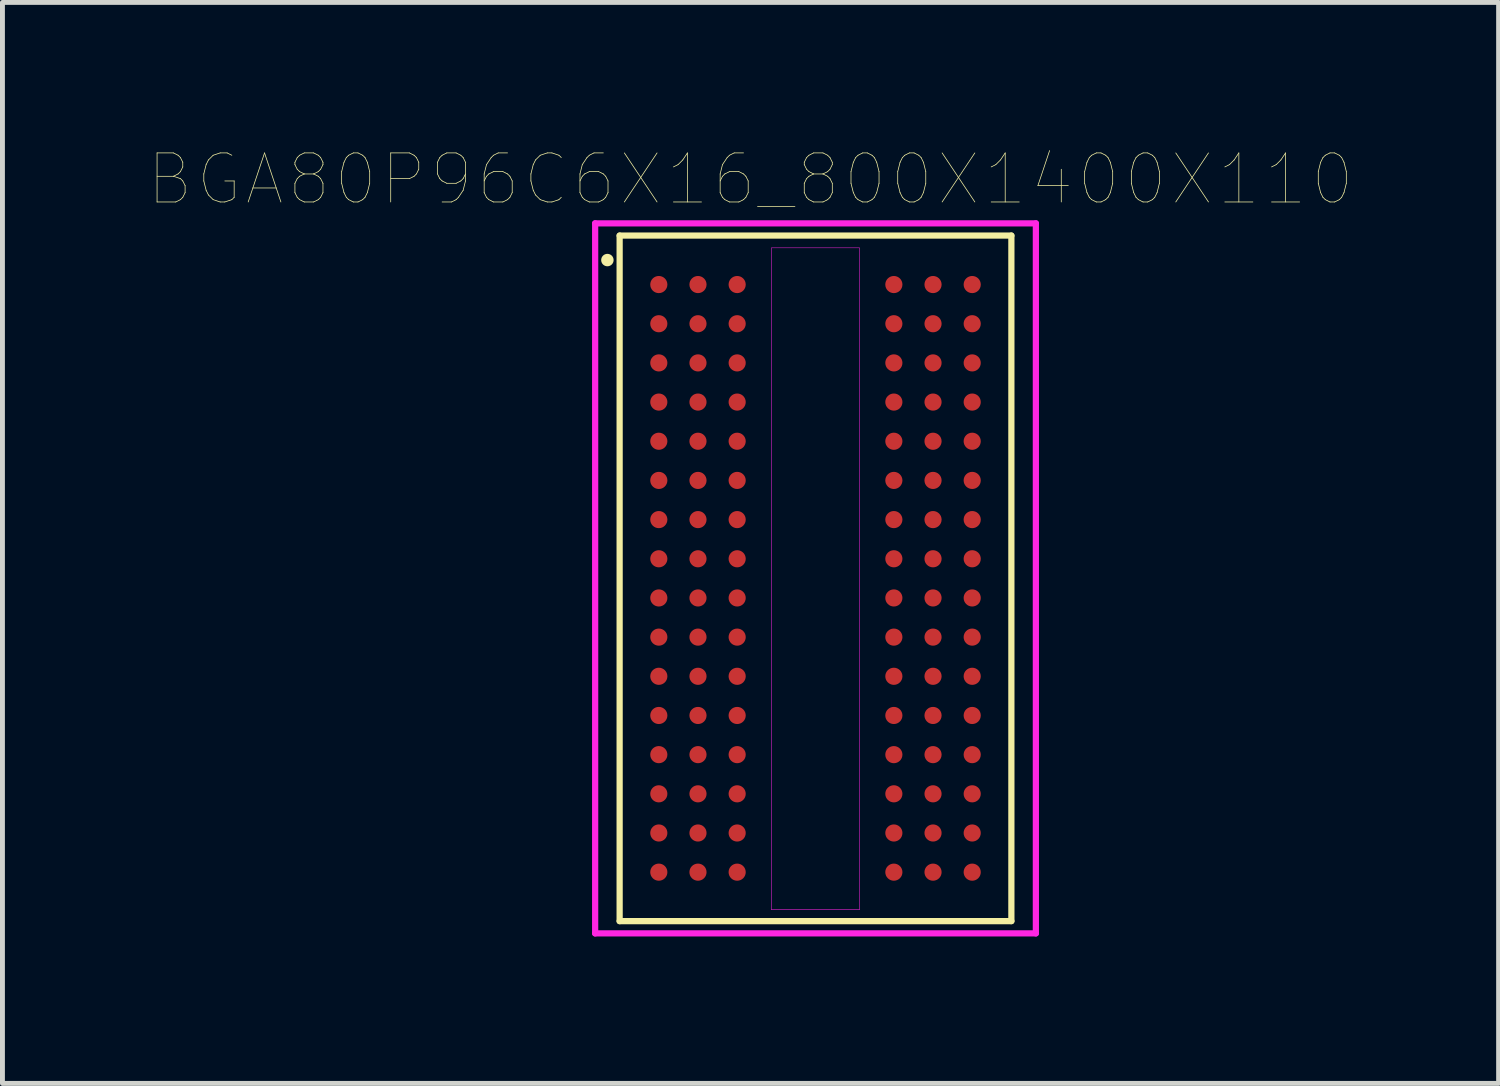
<source format=kicad_pcb>
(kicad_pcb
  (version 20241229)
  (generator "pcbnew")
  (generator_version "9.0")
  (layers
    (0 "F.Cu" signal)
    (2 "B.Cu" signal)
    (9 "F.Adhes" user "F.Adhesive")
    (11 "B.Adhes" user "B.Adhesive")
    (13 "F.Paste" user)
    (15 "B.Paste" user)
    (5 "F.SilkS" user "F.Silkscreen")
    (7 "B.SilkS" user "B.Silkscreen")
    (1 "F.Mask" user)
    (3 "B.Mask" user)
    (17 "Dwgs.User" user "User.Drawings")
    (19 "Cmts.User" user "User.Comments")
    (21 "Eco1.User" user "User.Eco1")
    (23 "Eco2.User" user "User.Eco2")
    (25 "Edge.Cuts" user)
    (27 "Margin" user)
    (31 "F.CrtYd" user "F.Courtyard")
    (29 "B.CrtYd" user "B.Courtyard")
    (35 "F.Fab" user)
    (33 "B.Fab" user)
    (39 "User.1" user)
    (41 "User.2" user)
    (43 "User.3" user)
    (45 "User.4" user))
  (footprint "BGA80P96C6X16_800X1400X110"
    (layer "F.Cu")
    (at 13.604 8.761)
    (property "Reference" "BGA80P96C6X16_800X1400X110" (at -1.327 -8.149 0) (layer "F.SilkS") (effects (font (size 1.002 1.002) (thickness 0.015))))
    (attr through_hole)
    (fp_line (start -4 -7) (end -4 7) (stroke (width 0.127) (type solid)) (layer "F.SilkS"))
    (fp_line (start -4 7) (end 4 7) (stroke (width 0.127) (type solid)) (layer "F.SilkS"))
    (fp_line (start 4 -7) (end -4 -7) (stroke (width 0.127) (type solid)) (layer "F.SilkS"))
    (fp_line (start 4 7) (end 4 -7) (stroke (width 0.127) (type solid)) (layer "F.SilkS"))
    (fp_circle (center -4.25 -6.5) (end -4.123 -6.5) (stroke (width 0) (type solid)) (fill yes) (layer "F.SilkS"))
    (fp_line (start -4.5 -7.25) (end 4.5 -7.25) (stroke (width 0.127) (type solid)) (layer "F.CrtYd"))
    (fp_line (start -4.5 7.25) (end -4.5 -7.25) (stroke (width 0.127) (type solid)) (layer "F.CrtYd"))
    (fp_line (start 4.5 -7.25) (end 4.5 7.25) (stroke (width 0.127) (type solid)) (layer "F.CrtYd"))
    (fp_line (start 4.5 7.25) (end -4.5 7.25) (stroke (width 0.127) (type solid)) (layer "F.CrtYd"))
    (fp_poly (pts (xy -0.902 -6.75) (xy 0.9 -6.75) (xy 0.9 6.767) (xy -0.902 6.767)) (stroke (width 0.01) (type solid)) (fill no) (layer "F.CrtYd"))
    (pad "A1" smd circle (at -3.2 -6) (size 0.35 0.35) (layers "F.Cu" "F.Mask" "F.Paste"))
    (pad "A2" smd circle (at -2.4 -6) (size 0.35 0.35) (layers "F.Cu" "F.Mask" "F.Paste"))
    (pad "A3" smd circle (at -1.6 -6) (size 0.35 0.35) (layers "F.Cu" "F.Mask" "F.Paste"))
    (pad "A7" smd circle (at 1.6 -6) (size 0.35 0.35) (layers "F.Cu" "F.Mask" "F.Paste"))
    (pad "A8" smd circle (at 2.4 -6) (size 0.35 0.35) (layers "F.Cu" "F.Mask" "F.Paste"))
    (pad "A9" smd circle (at 3.2 -6) (size 0.35 0.35) (layers "F.Cu" "F.Mask" "F.Paste"))
    (pad "B1" smd circle (at -3.2 -5.2) (size 0.35 0.35) (layers "F.Cu" "F.Mask" "F.Paste"))
    (pad "B2" smd circle (at -2.4 -5.2) (size 0.35 0.35) (layers "F.Cu" "F.Mask" "F.Paste"))
    (pad "B3" smd circle (at -1.6 -5.2) (size 0.35 0.35) (layers "F.Cu" "F.Mask" "F.Paste"))
    (pad "B7" smd circle (at 1.6 -5.2) (size 0.35 0.35) (layers "F.Cu" "F.Mask" "F.Paste"))
    (pad "B8" smd circle (at 2.4 -5.2) (size 0.35 0.35) (layers "F.Cu" "F.Mask" "F.Paste"))
    (pad "B9" smd circle (at 3.2 -5.2) (size 0.35 0.35) (layers "F.Cu" "F.Mask" "F.Paste"))
    (pad "C1" smd circle (at -3.2 -4.4) (size 0.35 0.35) (layers "F.Cu" "F.Mask" "F.Paste"))
    (pad "C2" smd circle (at -2.4 -4.4) (size 0.35 0.35) (layers "F.Cu" "F.Mask" "F.Paste"))
    (pad "C3" smd circle (at -1.6 -4.4) (size 0.35 0.35) (layers "F.Cu" "F.Mask" "F.Paste"))
    (pad "C7" smd circle (at 1.6 -4.4) (size 0.35 0.35) (layers "F.Cu" "F.Mask" "F.Paste"))
    (pad "C8" smd circle (at 2.4 -4.4) (size 0.35 0.35) (layers "F.Cu" "F.Mask" "F.Paste"))
    (pad "C9" smd circle (at 3.2 -4.4) (size 0.35 0.35) (layers "F.Cu" "F.Mask" "F.Paste"))
    (pad "D1" smd circle (at -3.2 -3.6) (size 0.35 0.35) (layers "F.Cu" "F.Mask" "F.Paste"))
    (pad "D2" smd circle (at -2.4 -3.6) (size 0.35 0.35) (layers "F.Cu" "F.Mask" "F.Paste"))
    (pad "D3" smd circle (at -1.6 -3.6) (size 0.35 0.35) (layers "F.Cu" "F.Mask" "F.Paste"))
    (pad "D7" smd circle (at 1.6 -3.6) (size 0.35 0.35) (layers "F.Cu" "F.Mask" "F.Paste"))
    (pad "D8" smd circle (at 2.4 -3.6) (size 0.35 0.35) (layers "F.Cu" "F.Mask" "F.Paste"))
    (pad "D9" smd circle (at 3.2 -3.6) (size 0.35 0.35) (layers "F.Cu" "F.Mask" "F.Paste"))
    (pad "E1" smd circle (at -3.2 -2.8) (size 0.35 0.35) (layers "F.Cu" "F.Mask" "F.Paste"))
    (pad "E2" smd circle (at -2.4 -2.8) (size 0.35 0.35) (layers "F.Cu" "F.Mask" "F.Paste"))
    (pad "E3" smd circle (at -1.6 -2.8) (size 0.35 0.35) (layers "F.Cu" "F.Mask" "F.Paste"))
    (pad "E7" smd circle (at 1.6 -2.8) (size 0.35 0.35) (layers "F.Cu" "F.Mask" "F.Paste"))
    (pad "E8" smd circle (at 2.4 -2.8) (size 0.35 0.35) (layers "F.Cu" "F.Mask" "F.Paste"))
    (pad "E9" smd circle (at 3.2 -2.8) (size 0.35 0.35) (layers "F.Cu" "F.Mask" "F.Paste"))
    (pad "F1" smd circle (at -3.2 -2) (size 0.35 0.35) (layers "F.Cu" "F.Mask" "F.Paste"))
    (pad "F2" smd circle (at -2.4 -2) (size 0.35 0.35) (layers "F.Cu" "F.Mask" "F.Paste"))
    (pad "F3" smd circle (at -1.6 -2) (size 0.35 0.35) (layers "F.Cu" "F.Mask" "F.Paste"))
    (pad "F7" smd circle (at 1.6 -2) (size 0.35 0.35) (layers "F.Cu" "F.Mask" "F.Paste"))
    (pad "F8" smd circle (at 2.4 -2) (size 0.35 0.35) (layers "F.Cu" "F.Mask" "F.Paste"))
    (pad "F9" smd circle (at 3.2 -2) (size 0.35 0.35) (layers "F.Cu" "F.Mask" "F.Paste"))
    (pad "G1" smd circle (at -3.2 -1.2) (size 0.35 0.35) (layers "F.Cu" "F.Mask" "F.Paste"))
    (pad "G2" smd circle (at -2.4 -1.2) (size 0.35 0.35) (layers "F.Cu" "F.Mask" "F.Paste"))
    (pad "G3" smd circle (at -1.6 -1.2) (size 0.35 0.35) (layers "F.Cu" "F.Mask" "F.Paste"))
    (pad "G7" smd circle (at 1.6 -1.2) (size 0.35 0.35) (layers "F.Cu" "F.Mask" "F.Paste"))
    (pad "G8" smd circle (at 2.4 -1.2) (size 0.35 0.35) (layers "F.Cu" "F.Mask" "F.Paste"))
    (pad "G9" smd circle (at 3.2 -1.2) (size 0.35 0.35) (layers "F.Cu" "F.Mask" "F.Paste"))
    (pad "H1" smd circle (at -3.2 -0.4) (size 0.35 0.35) (layers "F.Cu" "F.Mask" "F.Paste"))
    (pad "H2" smd circle (at -2.4 -0.4) (size 0.35 0.35) (layers "F.Cu" "F.Mask" "F.Paste"))
    (pad "H3" smd circle (at -1.6 -0.4) (size 0.35 0.35) (layers "F.Cu" "F.Mask" "F.Paste"))
    (pad "H7" smd circle (at 1.6 -0.4) (size 0.35 0.35) (layers "F.Cu" "F.Mask" "F.Paste"))
    (pad "H8" smd circle (at 2.4 -0.4) (size 0.35 0.35) (layers "F.Cu" "F.Mask" "F.Paste"))
    (pad "H9" smd circle (at 3.2 -0.4) (size 0.35 0.35) (layers "F.Cu" "F.Mask" "F.Paste"))
    (pad "J1" smd circle (at -3.2 0.4) (size 0.35 0.35) (layers "F.Cu" "F.Mask" "F.Paste"))
    (pad "J2" smd circle (at -2.4 0.4) (size 0.35 0.35) (layers "F.Cu" "F.Mask" "F.Paste"))
    (pad "J3" smd circle (at -1.6 0.4) (size 0.35 0.35) (layers "F.Cu" "F.Mask" "F.Paste"))
    (pad "J7" smd circle (at 1.6 0.4) (size 0.35 0.35) (layers "F.Cu" "F.Mask" "F.Paste"))
    (pad "J8" smd circle (at 2.4 0.4) (size 0.35 0.35) (layers "F.Cu" "F.Mask" "F.Paste"))
    (pad "J9" smd circle (at 3.2 0.4) (size 0.35 0.35) (layers "F.Cu" "F.Mask" "F.Paste"))
    (pad "K1" smd circle (at -3.2 1.2) (size 0.35 0.35) (layers "F.Cu" "F.Mask" "F.Paste"))
    (pad "K2" smd circle (at -2.4 1.2) (size 0.35 0.35) (layers "F.Cu" "F.Mask" "F.Paste"))
    (pad "K3" smd circle (at -1.6 1.2) (size 0.35 0.35) (layers "F.Cu" "F.Mask" "F.Paste"))
    (pad "K7" smd circle (at 1.6 1.2) (size 0.35 0.35) (layers "F.Cu" "F.Mask" "F.Paste"))
    (pad "K8" smd circle (at 2.4 1.2) (size 0.35 0.35) (layers "F.Cu" "F.Mask" "F.Paste"))
    (pad "K9" smd circle (at 3.2 1.2) (size 0.35 0.35) (layers "F.Cu" "F.Mask" "F.Paste"))
    (pad "L1" smd circle (at -3.2 2) (size 0.35 0.35) (layers "F.Cu" "F.Mask" "F.Paste"))
    (pad "L2" smd circle (at -2.4 2) (size 0.35 0.35) (layers "F.Cu" "F.Mask" "F.Paste"))
    (pad "L3" smd circle (at -1.6 2) (size 0.35 0.35) (layers "F.Cu" "F.Mask" "F.Paste"))
    (pad "L7" smd circle (at 1.6 2) (size 0.35 0.35) (layers "F.Cu" "F.Mask" "F.Paste"))
    (pad "L8" smd circle (at 2.4 2) (size 0.35 0.35) (layers "F.Cu" "F.Mask" "F.Paste"))
    (pad "L9" smd circle (at 3.2 2) (size 0.35 0.35) (layers "F.Cu" "F.Mask" "F.Paste"))
    (pad "M1" smd circle (at -3.2 2.8) (size 0.35 0.35) (layers "F.Cu" "F.Mask" "F.Paste"))
    (pad "M2" smd circle (at -2.4 2.8) (size 0.35 0.35) (layers "F.Cu" "F.Mask" "F.Paste"))
    (pad "M3" smd circle (at -1.6 2.8) (size 0.35 0.35) (layers "F.Cu" "F.Mask" "F.Paste"))
    (pad "M7" smd circle (at 1.6 2.8) (size 0.35 0.35) (layers "F.Cu" "F.Mask" "F.Paste"))
    (pad "M8" smd circle (at 2.4 2.8) (size 0.35 0.35) (layers "F.Cu" "F.Mask" "F.Paste"))
    (pad "M9" smd circle (at 3.2 2.8) (size 0.35 0.35) (layers "F.Cu" "F.Mask" "F.Paste"))
    (pad "N1" smd circle (at -3.2 3.6) (size 0.35 0.35) (layers "F.Cu" "F.Mask" "F.Paste"))
    (pad "N2" smd circle (at -2.4 3.6) (size 0.35 0.35) (layers "F.Cu" "F.Mask" "F.Paste"))
    (pad "N3" smd circle (at -1.6 3.6) (size 0.35 0.35) (layers "F.Cu" "F.Mask" "F.Paste"))
    (pad "N7" smd circle (at 1.6 3.6) (size 0.35 0.35) (layers "F.Cu" "F.Mask" "F.Paste"))
    (pad "N8" smd circle (at 2.4 3.6) (size 0.35 0.35) (layers "F.Cu" "F.Mask" "F.Paste"))
    (pad "N9" smd circle (at 3.2 3.6) (size 0.35 0.35) (layers "F.Cu" "F.Mask" "F.Paste"))
    (pad "P1" smd circle (at -3.2 4.4) (size 0.35 0.35) (layers "F.Cu" "F.Mask" "F.Paste"))
    (pad "P2" smd circle (at -2.4 4.4) (size 0.35 0.35) (layers "F.Cu" "F.Mask" "F.Paste"))
    (pad "P3" smd circle (at -1.6 4.4) (size 0.35 0.35) (layers "F.Cu" "F.Mask" "F.Paste"))
    (pad "P7" smd circle (at 1.6 4.4) (size 0.35 0.35) (layers "F.Cu" "F.Mask" "F.Paste"))
    (pad "P8" smd circle (at 2.4 4.4) (size 0.35 0.35) (layers "F.Cu" "F.Mask" "F.Paste"))
    (pad "P9" smd circle (at 3.2 4.4) (size 0.35 0.35) (layers "F.Cu" "F.Mask" "F.Paste"))
    (pad "R1" smd circle (at -3.2 5.2) (size 0.35 0.35) (layers "F.Cu" "F.Mask" "F.Paste"))
    (pad "R2" smd circle (at -2.4 5.2) (size 0.35 0.35) (layers "F.Cu" "F.Mask" "F.Paste"))
    (pad "R3" smd circle (at -1.6 5.2) (size 0.35 0.35) (layers "F.Cu" "F.Mask" "F.Paste"))
    (pad "R7" smd circle (at 1.6 5.2) (size 0.35 0.35) (layers "F.Cu" "F.Mask" "F.Paste"))
    (pad "R8" smd circle (at 2.4 5.2) (size 0.35 0.35) (layers "F.Cu" "F.Mask" "F.Paste"))
    (pad "R9" smd circle (at 3.2 5.2) (size 0.35 0.35) (layers "F.Cu" "F.Mask" "F.Paste"))
    (pad "T1" smd circle (at -3.2 6) (size 0.35 0.35) (layers "F.Cu" "F.Mask" "F.Paste"))
    (pad "T2" smd circle (at -2.4 6) (size 0.35 0.35) (layers "F.Cu" "F.Mask" "F.Paste"))
    (pad "T3" smd circle (at -1.6 6) (size 0.35 0.35) (layers "F.Cu" "F.Mask" "F.Paste"))
    (pad "T7" smd circle (at 1.6 6) (size 0.35 0.35) (layers "F.Cu" "F.Mask" "F.Paste"))
    (pad "T8" smd circle (at 2.4 6) (size 0.35 0.35) (layers "F.Cu" "F.Mask" "F.Paste"))
    (pad "T9" smd circle (at 3.2 6) (size 0.35 0.35) (layers "F.Cu" "F.Mask" "F.Paste")))
  (gr_rect
    (start -3 -3)
    (end 27.554 19.075)
    (stroke (width 0.1) (type default))
    (fill no)
    (layer "Edge.Cuts")))
</source>
